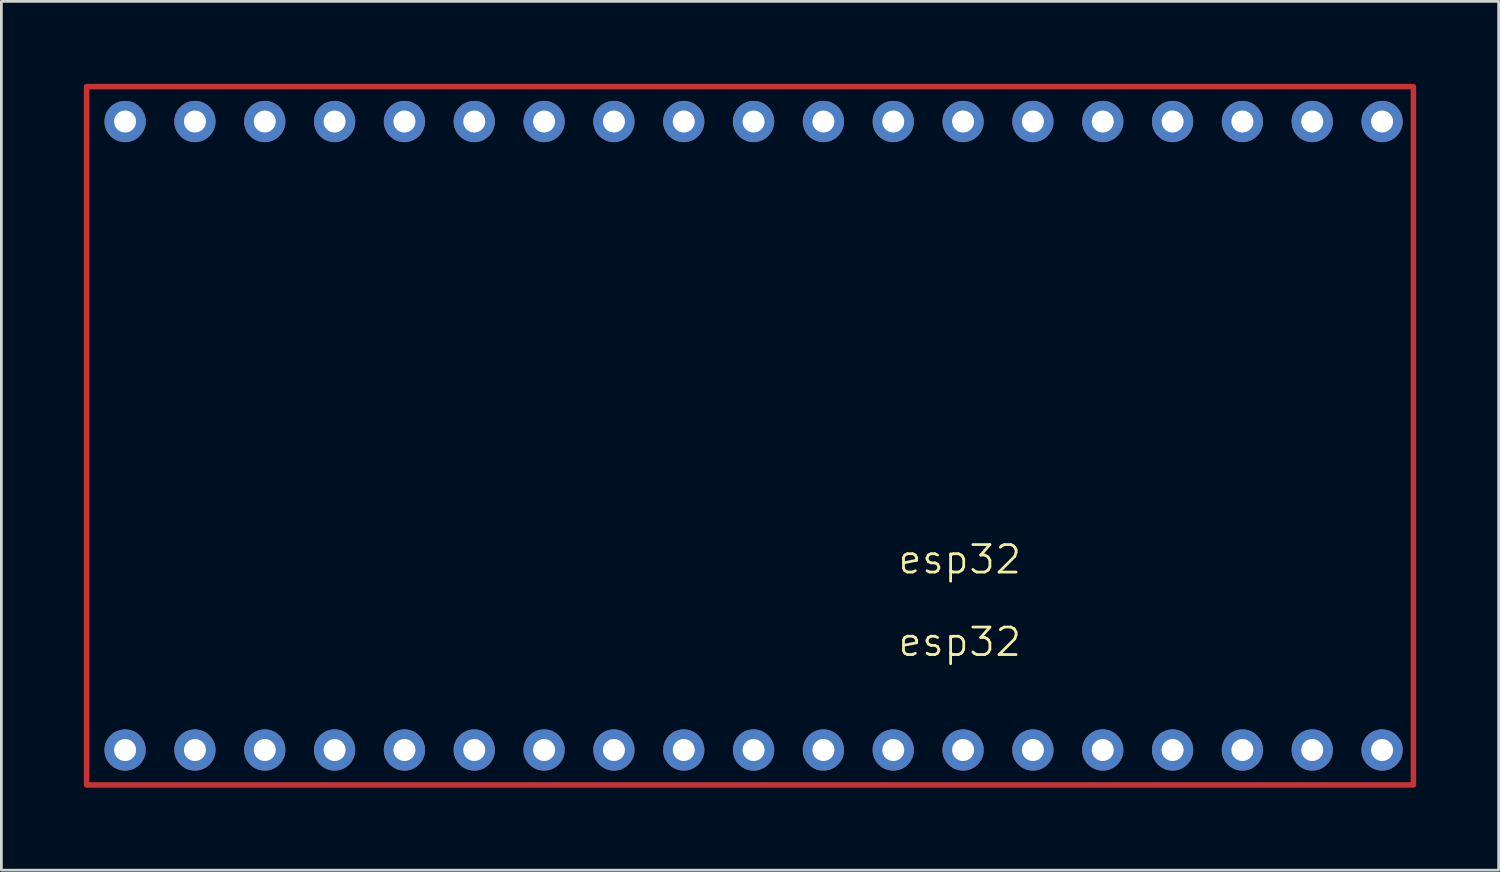
<source format=kicad_pcb>
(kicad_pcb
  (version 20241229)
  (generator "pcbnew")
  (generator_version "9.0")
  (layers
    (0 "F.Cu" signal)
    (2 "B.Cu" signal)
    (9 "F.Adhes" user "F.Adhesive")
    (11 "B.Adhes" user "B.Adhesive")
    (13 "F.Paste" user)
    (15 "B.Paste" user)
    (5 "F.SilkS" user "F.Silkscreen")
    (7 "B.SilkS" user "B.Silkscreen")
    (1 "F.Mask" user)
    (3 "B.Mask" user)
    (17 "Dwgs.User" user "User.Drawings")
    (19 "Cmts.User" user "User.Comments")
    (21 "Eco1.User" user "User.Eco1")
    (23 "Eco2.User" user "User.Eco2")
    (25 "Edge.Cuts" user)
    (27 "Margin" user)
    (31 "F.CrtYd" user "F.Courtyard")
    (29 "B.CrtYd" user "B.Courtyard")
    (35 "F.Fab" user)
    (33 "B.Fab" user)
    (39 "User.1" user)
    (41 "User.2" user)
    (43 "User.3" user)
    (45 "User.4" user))
  (footprint "esp32"
    (layer "F.Cu")
    (at 31.86 17.8)
    (property "Reference" "esp32" (at 0 -0.5 0) (unlocked yes) (layer "F.SilkS") (effects (font (size 1 1) (thickness 0.1))))
    (attr smd)
    (fp_rect (start -31.76 -17.7) (end 16.5 7.7) (stroke (width 0.2) (type solid)) (fill no) (layer "F.Cu"))
    (fp_text user "${REFERENCE}" (at 0 2.5 0) (unlocked yes) (layer "F.SilkS") (effects (font (size 1 1) (thickness 0.1))))
    (pad "1" thru_hole circle (at -30.36 -16.43) (size 1.5 1.5) (drill 0.8) (property pad_prop_mechanical) (layers "*.Cu" "*.Mask"))
    (pad "2" thru_hole circle (at -27.82 -16.43) (size 1.5 1.5) (drill 0.8) (property pad_prop_mechanical) (layers "*.Cu" "*.Mask"))
    (pad "3" thru_hole circle (at -25.28 -16.43) (size 1.5 1.5) (drill 0.8) (property pad_prop_mechanical) (layers "*.Cu" "*.Mask"))
    (pad "4" thru_hole circle (at -22.74 -16.43) (size 1.5 1.5) (drill 0.8) (property pad_prop_mechanical) (layers "*.Cu" "*.Mask"))
    (pad "5" thru_hole circle (at -20.2 -16.43) (size 1.5 1.5) (drill 0.8) (property pad_prop_mechanical) (layers "*.Cu" "*.Mask"))
    (pad "6" thru_hole circle (at -17.66 -16.43) (size 1.5 1.5) (drill 0.8) (property pad_prop_mechanical) (layers "*.Cu" "*.Mask"))
    (pad "7" thru_hole circle (at -15.12 -16.43) (size 1.5 1.5) (drill 0.8) (property pad_prop_mechanical) (layers "*.Cu" "*.Mask"))
    (pad "8" thru_hole circle (at -12.58 -16.43) (size 1.5 1.5) (drill 0.8) (property pad_prop_mechanical) (layers "*.Cu" "*.Mask"))
    (pad "9" thru_hole circle (at -10.04 -16.43) (size 1.5 1.5) (drill 0.8) (property pad_prop_mechanical) (layers "*.Cu" "*.Mask"))
    (pad "10" thru_hole circle (at -7.5 -16.43) (size 1.5 1.5) (drill 0.8) (property pad_prop_mechanical) (layers "*.Cu" "*.Mask"))
    (pad "11" thru_hole circle (at -4.96 -16.43) (size 1.5 1.5) (drill 0.8) (property pad_prop_mechanical) (layers "*.Cu" "*.Mask"))
    (pad "12" thru_hole circle (at -2.42 -16.43) (size 1.5 1.5) (drill 0.8) (property pad_prop_mechanical) (layers "*.Cu" "*.Mask"))
    (pad "13" thru_hole circle (at 0.12 -16.43) (size 1.5 1.5) (drill 0.8) (property pad_prop_mechanical) (layers "*.Cu" "*.Mask"))
    (pad "14" thru_hole circle (at 2.66 -16.43) (size 1.5 1.5) (drill 0.8) (property pad_prop_mechanical) (layers "*.Cu" "*.Mask"))
    (pad "15" thru_hole circle (at 5.2 -16.43) (size 1.5 1.5) (drill 0.8) (property pad_prop_mechanical) (layers "*.Cu" "*.Mask"))
    (pad "16" thru_hole circle (at 7.74 -16.43) (size 1.5 1.5) (drill 0.8) (property pad_prop_mechanical) (layers "*.Cu" "*.Mask"))
    (pad "17" thru_hole circle (at 10.28 -16.43) (size 1.5 1.5) (drill 0.8) (property pad_prop_mechanical) (layers "*.Cu" "*.Mask"))
    (pad "18" thru_hole circle (at 12.82 -16.43) (size 1.5 1.5) (drill 0.8) (property pad_prop_mechanical) (layers "*.Cu" "*.Mask"))
    (pad "19" thru_hole circle (at 15.36 -16.43) (size 1.5 1.5) (drill 0.8) (property pad_prop_mechanical) (layers "*.Cu" "*.Mask"))
    (pad "20" thru_hole circle (at -30.36 6.43) (size 1.5 1.5) (drill 0.8) (property pad_prop_mechanical) (layers "*.Cu" "*.Mask"))
    (pad "21" thru_hole circle (at -27.82 6.43) (size 1.5 1.5) (drill 0.8) (property pad_prop_mechanical) (layers "*.Cu" "*.Mask"))
    (pad "22" thru_hole circle (at -25.28 6.43) (size 1.5 1.5) (drill 0.8) (property pad_prop_mechanical) (layers "*.Cu" "*.Mask"))
    (pad "23" thru_hole circle (at -22.74 6.43) (size 1.5 1.5) (drill 0.8) (property pad_prop_mechanical) (layers "*.Cu" "*.Mask"))
    (pad "24" thru_hole circle (at -20.2 6.43) (size 1.5 1.5) (drill 0.8) (property pad_prop_mechanical) (layers "*.Cu" "*.Mask"))
    (pad "25" thru_hole circle (at -17.66 6.43) (size 1.5 1.5) (drill 0.8) (property pad_prop_mechanical) (layers "*.Cu" "*.Mask"))
    (pad "26" thru_hole circle (at -15.12 6.43) (size 1.5 1.5) (drill 0.8) (property pad_prop_mechanical) (layers "*.Cu" "*.Mask"))
    (pad "27" thru_hole circle (at -12.58 6.43) (size 1.5 1.5) (drill 0.8) (property pad_prop_mechanical) (layers "*.Cu" "*.Mask"))
    (pad "28" thru_hole circle (at -10.04 6.43) (size 1.5 1.5) (drill 0.8) (property pad_prop_mechanical) (layers "*.Cu" "*.Mask"))
    (pad "29" thru_hole circle (at -7.5 6.43) (size 1.5 1.5) (drill 0.8) (property pad_prop_mechanical) (layers "*.Cu" "*.Mask"))
    (pad "30" thru_hole circle (at -4.96 6.43) (size 1.5 1.5) (drill 0.8) (property pad_prop_mechanical) (layers "*.Cu" "*.Mask"))
    (pad "31" thru_hole circle (at -2.42 6.43) (size 1.5 1.5) (drill 0.8) (property pad_prop_mechanical) (layers "*.Cu" "*.Mask"))
    (pad "32" thru_hole circle (at 0.12 6.43) (size 1.5 1.5) (drill 0.8) (property pad_prop_mechanical) (layers "*.Cu" "*.Mask"))
    (pad "33" thru_hole circle (at 2.66 6.43) (size 1.5 1.5) (drill 0.8) (property pad_prop_mechanical) (layers "*.Cu" "*.Mask"))
    (pad "34" thru_hole circle (at 5.2 6.43) (size 1.5 1.5) (drill 0.8) (property pad_prop_mechanical) (layers "*.Cu" "*.Mask"))
    (pad "35" thru_hole circle (at 7.74 6.43) (size 1.5 1.5) (drill 0.8) (property pad_prop_mechanical) (layers "*.Cu" "*.Mask"))
    (pad "36" thru_hole circle (at 10.28 6.43) (size 1.5 1.5) (drill 0.8) (property pad_prop_mechanical) (layers "*.Cu" "*.Mask"))
    (pad "37" thru_hole circle (at 12.82 6.43) (size 1.5 1.5) (drill 0.8) (property pad_prop_mechanical) (layers "*.Cu" "*.Mask"))
    (pad "38" thru_hole circle (at 15.36 6.43) (size 1.5 1.5) (drill 0.8) (property pad_prop_mechanical) (layers "*.Cu" "*.Mask")))
  (gr_rect
    (start -3 -3)
    (end 51.46 28.6)
    (stroke (width 0.1) (type default))
    (fill no)
    (layer "Edge.Cuts")))
</source>
